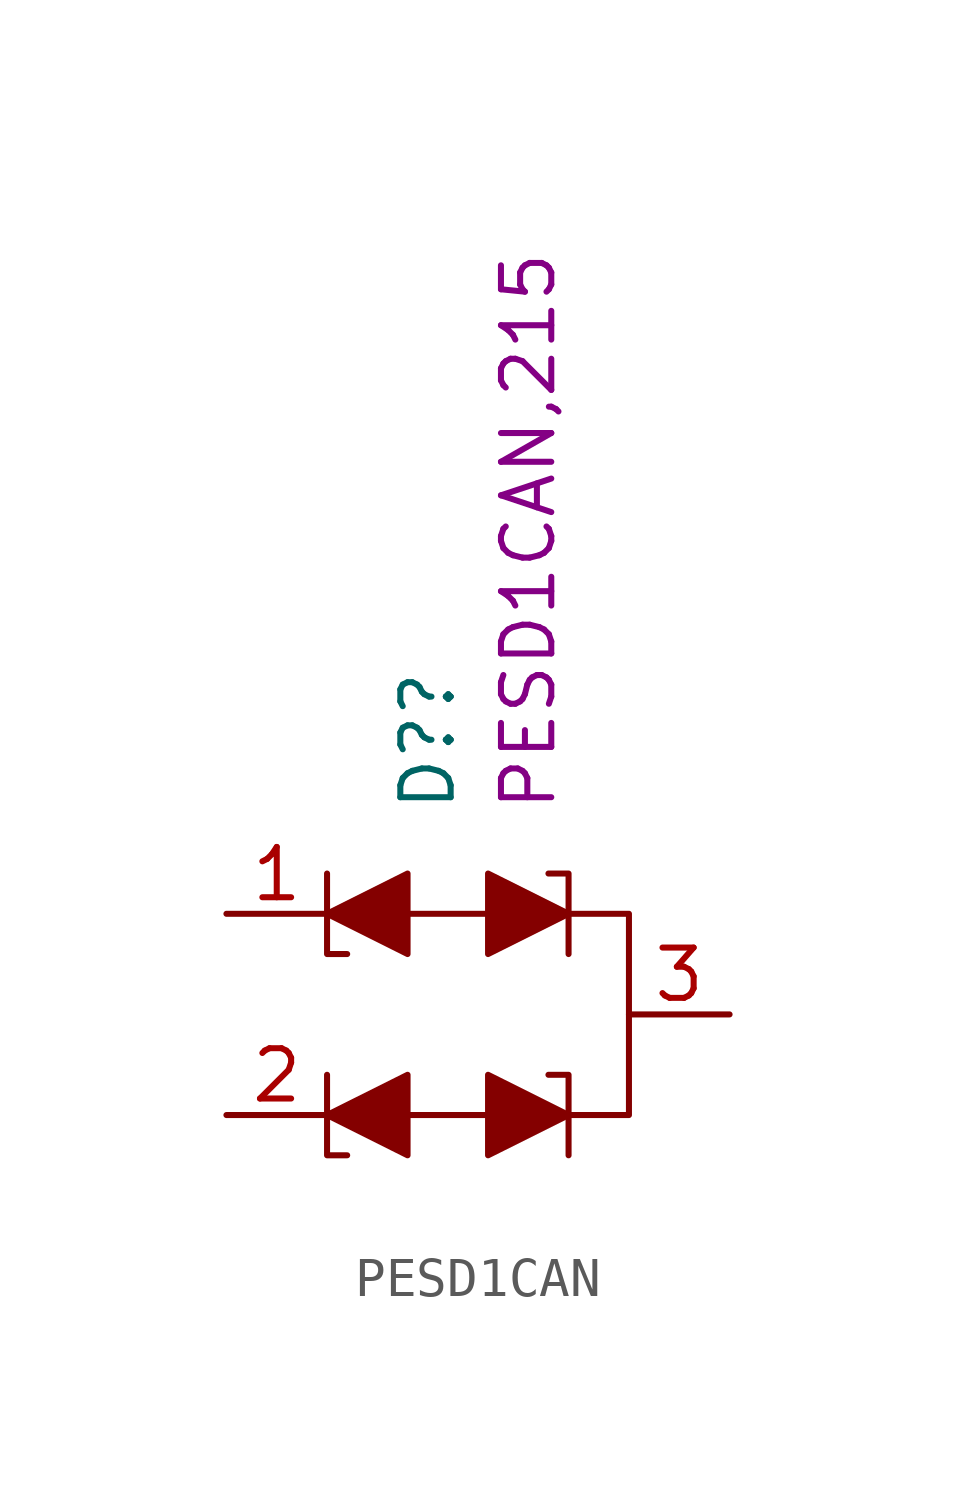
<source format=kicad_sym>
(kicad_symbol_lib
  (version 20241209)
  (generator "kicad_symbol_editor")
  (generator_version "9.0")
  (symbol "PESD1CAN"
    (pin_names
      (hide yes))
    (property "Reference" "D?"
      (at 1.27 0 90)
      (effects (font (size 1.27 1.27)) (justify left)))
    (property "MFG P/N" "PESD1CAN,215"
      (at 3.81 0 90)
      (effects (font (size 1.27 1.27)) (justify left)))
    (symbol "PESD1CAN_0_1"
      (polyline (pts (xy -1.27 -1.524) (xy -1.27 -3.556) (xy -0.762 -3.556)) (stroke (width 0) (type default)) (fill (type none)))
      (polyline (pts (xy -1.27 -2.54) (xy 0.762 -2.54)) (stroke (width 0) (type default)) (fill (type none)))
      (polyline (pts (xy -1.27 -6.604) (xy -1.27 -8.636) (xy -0.762 -8.636)) (stroke (width 0) (type default)) (fill (type none)))
      (polyline (pts (xy -1.27 -7.62) (xy 0.762 -7.62)) (stroke (width 0) (type default)) (fill (type none)))
      (polyline (pts (xy 0.635 -2.54) (xy 3.175 -2.54)) (stroke (width 0) (type default)) (fill (type none)))
      (polyline (pts (xy 0.635 -7.62) (xy 3.175 -7.62)) (stroke (width 0) (type default)) (fill (type none)))
      (polyline (pts (xy 0.762 -1.524) (xy -1.27 -2.54) (xy 0.762 -3.556) (xy 0.762 -1.524)) (stroke (width 0) (type default)) (fill (type outline)))
      (polyline (pts (xy 0.762 -6.604) (xy -1.27 -7.62) (xy 0.762 -8.636) (xy 0.762 -6.604)) (stroke (width 0) (type default)) (fill (type outline)))
      (polyline (pts (xy 2.794 -3.556) (xy 4.826 -2.54) (xy 2.794 -1.524) (xy 2.794 -3.556)) (stroke (width 0) (type default)) (fill (type outline)))
      (polyline (pts (xy 2.794 -8.636) (xy 4.826 -7.62) (xy 2.794 -6.604) (xy 2.794 -8.636)) (stroke (width 0) (type default)) (fill (type outline)))
      (polyline (pts (xy 4.445 -2.54) (xy 6.35 -2.54) (xy 6.35 -7.62) (xy 4.445 -7.62)) (stroke (width 0) (type default)) (fill (type none)))
      (polyline (pts (xy 4.826 -2.54) (xy 2.794 -2.54)) (stroke (width 0) (type default)) (fill (type none)))
      (polyline (pts (xy 4.826 -3.556) (xy 4.826 -1.524) (xy 4.318 -1.524)) (stroke (width 0) (type default)) (fill (type none)))
      (polyline (pts (xy 4.826 -7.62) (xy 2.794 -7.62)) (stroke (width 0) (type default)) (fill (type none)))
      (polyline (pts (xy 4.826 -8.636) (xy 4.826 -6.604) (xy 4.318 -6.604)) (stroke (width 0) (type default)) (fill (type none))))
    (symbol "PESD1CAN_1_1"
      (pin passive line (at -3.81 -2.54 0) (length 2.54) (name "K1" (effects (font (size 1.27 1.27)))) (number "1" (effects (font (size 1.27 1.27)))))
      (pin passive line (at -3.81 -7.62 0) (length 2.54) (name "K1" (effects (font (size 1.27 1.27)))) (number "2" (effects (font (size 1.27 1.27)))))
      (pin passive line (at 8.89 -5.08 180) (length 2.54) (name "KK" (effects (font (size 1.27 1.27)))) (number "3" (effects (font (size 1.27 1.27))))))))
</source>
